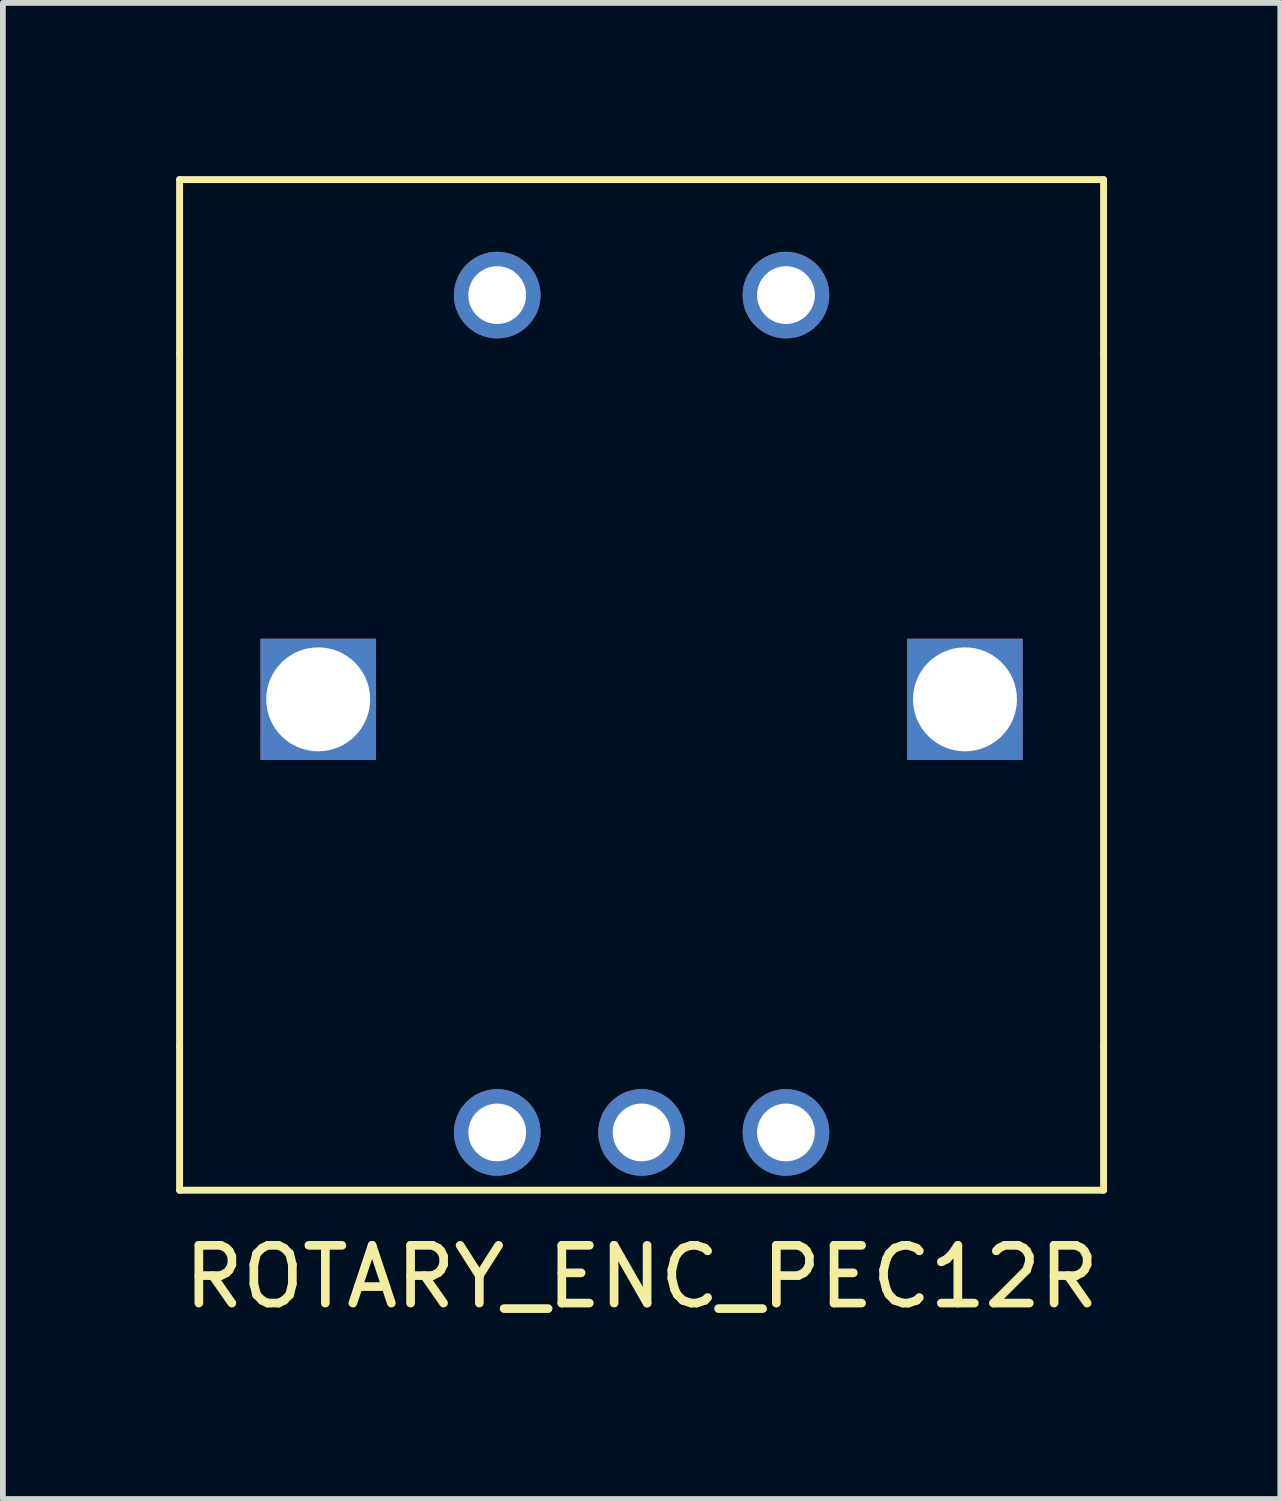
<source format=kicad_pcb>
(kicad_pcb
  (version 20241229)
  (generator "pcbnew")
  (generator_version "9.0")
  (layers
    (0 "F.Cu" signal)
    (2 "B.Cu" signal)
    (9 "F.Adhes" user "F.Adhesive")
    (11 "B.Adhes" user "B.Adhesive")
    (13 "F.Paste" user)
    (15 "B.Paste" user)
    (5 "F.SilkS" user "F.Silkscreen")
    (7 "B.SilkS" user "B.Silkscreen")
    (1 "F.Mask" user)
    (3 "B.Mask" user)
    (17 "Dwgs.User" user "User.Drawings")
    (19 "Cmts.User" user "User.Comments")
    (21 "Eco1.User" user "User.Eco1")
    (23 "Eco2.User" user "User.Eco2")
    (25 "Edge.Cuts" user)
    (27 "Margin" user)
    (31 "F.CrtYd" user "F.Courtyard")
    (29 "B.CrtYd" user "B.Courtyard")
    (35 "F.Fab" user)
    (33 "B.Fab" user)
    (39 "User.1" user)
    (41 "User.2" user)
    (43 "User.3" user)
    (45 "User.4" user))
  (footprint "ROTARY_ENC_PEC12R"
    (layer "F.Cu")
    (at 8.06 9.06)
    (property "Reference" "ROTARY_ENC_PEC12R" (at 0 10 0) (layer "F.SilkS") (effects (font (size 1 1) (thickness 0.15))))
    (attr through_hole)
    (fp_line (start -8 -9) (end 8 -9) (stroke (width 0.12) (type solid)) (layer "F.SilkS"))
    (fp_line (start -8 -6) (end -8 -9) (stroke (width 0.12) (type solid)) (layer "F.SilkS"))
    (fp_line (start -8 -6) (end -8 6) (stroke (width 0.12) (type solid)) (layer "F.SilkS"))
    (fp_line (start -8 6) (end -8 8.5) (stroke (width 0.12) (type solid)) (layer "F.SilkS"))
    (fp_line (start -8 8.5) (end 8 8.5) (stroke (width 0.12) (type solid)) (layer "F.SilkS"))
    (fp_line (start 8 -6) (end 8 -9) (stroke (width 0.12) (type solid)) (layer "F.SilkS"))
    (fp_line (start 8 6) (end 8 -6) (stroke (width 0.12) (type solid)) (layer "F.SilkS"))
    (fp_line (start 8 6) (end 8 8.5) (stroke (width 0.12) (type solid)) (layer "F.SilkS"))
    (pad "" np_thru_hole rect (at -5.6 0) (size 2 2.1) (drill 1.8) (layers "*.Cu"))
    (pad "" np_thru_hole rect (at 5.6 0) (size 2 2.1) (drill 1.8) (layers "*.Cu"))
    (pad "1" thru_hole circle (at -2.5 -7) (size 1.5 1.5) (drill 1) (layers "*.Cu" "*.Mask"))
    (pad "2" thru_hole circle (at 2.5 -7) (size 1.5 1.5) (drill 1) (layers "*.Cu" "*.Mask"))
    (pad "3" thru_hole circle (at -2.5 7.5) (size 1.5 1.5) (drill 1) (layers "*.Cu" "*.Mask"))
    (pad "4" thru_hole circle (at 0 7.5) (size 1.5 1.5) (drill 1) (layers "*.Cu" "*.Mask"))
    (pad "5" thru_hole circle (at 2.5 7.5) (size 1.5 1.5) (drill 1) (layers "*.Cu" "*.Mask")))
  (gr_rect
    (start -3 -3)
    (end 19.12 22.908)
    (stroke (width 0.1) (type default))
    (fill no)
    (layer "Edge.Cuts")))
</source>
